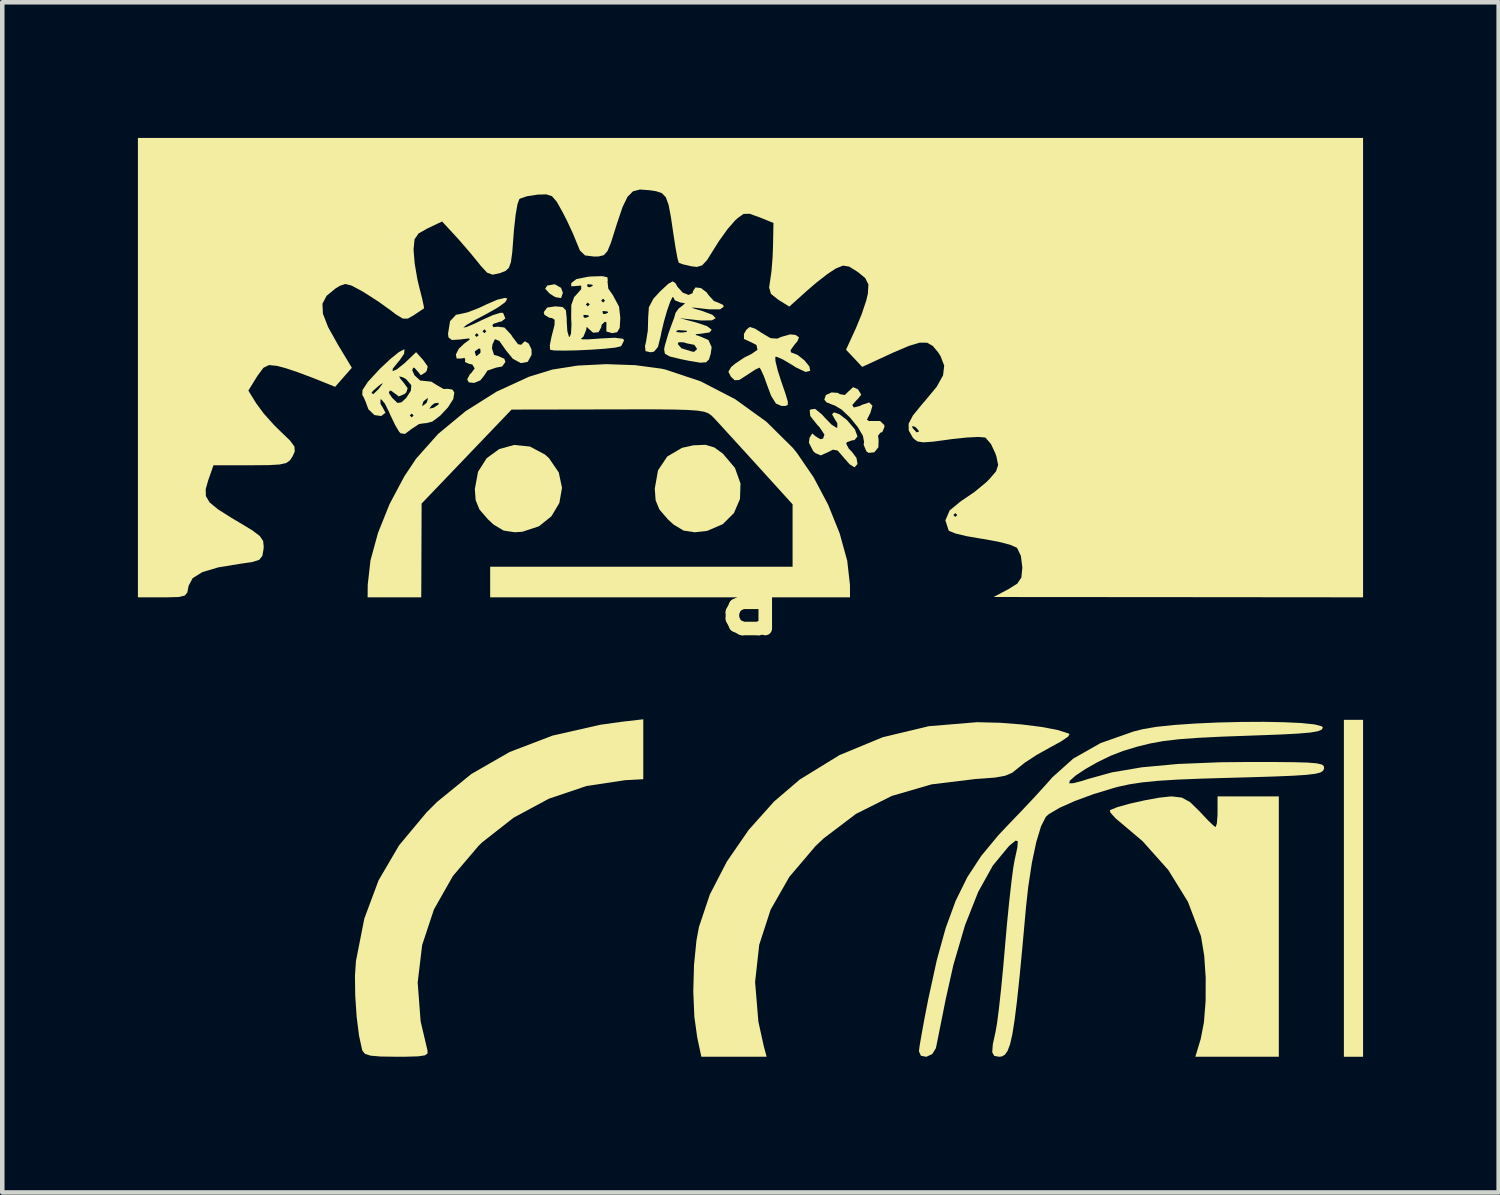
<source format=kicad_pcb>
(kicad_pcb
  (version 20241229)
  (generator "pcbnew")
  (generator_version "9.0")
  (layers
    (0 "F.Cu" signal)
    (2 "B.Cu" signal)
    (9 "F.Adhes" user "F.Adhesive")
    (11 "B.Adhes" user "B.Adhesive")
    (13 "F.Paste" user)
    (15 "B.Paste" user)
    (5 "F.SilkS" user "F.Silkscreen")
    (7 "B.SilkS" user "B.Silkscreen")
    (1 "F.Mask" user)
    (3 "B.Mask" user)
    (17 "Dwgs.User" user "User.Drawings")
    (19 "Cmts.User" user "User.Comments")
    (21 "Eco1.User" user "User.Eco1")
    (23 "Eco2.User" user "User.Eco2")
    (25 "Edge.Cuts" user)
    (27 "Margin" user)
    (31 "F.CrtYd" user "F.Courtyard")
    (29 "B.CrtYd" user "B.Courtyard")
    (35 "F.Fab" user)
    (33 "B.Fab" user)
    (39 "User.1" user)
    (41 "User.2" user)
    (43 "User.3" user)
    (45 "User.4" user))
  (footprint "a"
    (layer "F.Cu")
    (at 13.547 10.16)
    (property "Reference" "a" (at 0 0 0) (layer "F.SilkS") (effects (font (size 1.524 1.524) (thickness 0.3))))
    (attr board_only exclude_from_pos_files exclude_from_bom)
    (fp_poly (pts (xy 13.547 10.16) (xy 13.123 10.16) (xy 13.123 2.709) (xy 13.547 2.709)) (stroke (width 0) (type solid)) (fill yes) (layer "F.SilkS"))
    (fp_poly (pts (xy -4.189 -6.844) (xy -4.149 -6.734) (xy -4.189 -6.618) (xy -4.318 -6.639) (xy -4.442 -6.718) (xy -4.54 -6.824) (xy -4.496 -6.895) (xy -4.328 -6.924)) (stroke (width 0) (type solid)) (fill yes) (layer "F.SilkS"))
    (fp_poly (pts (xy -4.879 -3.335) (xy -4.548 -3.16) (xy -4.457 -3.079) (xy -4.24 -2.762) (xy -4.168 -2.421) (xy -4.227 -2.087) (xy -4.402 -1.793) (xy -4.678 -1.571) (xy -5.042 -1.451) (xy -5.211 -1.439) (xy -5.459 -1.476) (xy -5.681 -1.609) (xy -5.808 -1.727) (xy -5.995 -1.944) (xy -6.078 -2.149) (xy -6.096 -2.393) (xy -6.025 -2.777) (xy -5.834 -3.077) (xy -5.556 -3.279) (xy -5.227 -3.37)) (stroke (width 0) (type solid)) (fill yes) (layer "F.SilkS"))
    (fp_poly (pts (xy -0.799 -3.314) (xy -0.611 -3.178) (xy -0.344 -2.863) (xy -0.221 -2.518) (xy -0.232 -2.175) (xy -0.366 -1.864) (xy -0.611 -1.619) (xy -0.957 -1.47) (xy -1.232 -1.439) (xy -1.48 -1.476) (xy -1.701 -1.609) (xy -1.829 -1.727) (xy -2.014 -1.942) (xy -2.098 -2.145) (xy -2.117 -2.403) (xy -2.045 -2.808) (xy -1.841 -3.114) (xy -1.515 -3.306) (xy -1.263 -3.362) (xy -0.994 -3.373)) (stroke (width 0) (type solid)) (fill yes) (layer "F.SilkS"))
    (fp_poly (pts (xy 11.684 10.16) (xy 9.838 10.16) (xy 9.957 9.766) (xy 10.028 9.398) (xy 10.065 8.926) (xy 10.067 8.413) (xy 10.034 7.922) (xy 9.966 7.513) (xy 9.958 7.482) (xy 9.674 6.733) (xy 9.239 6.029) (xy 8.672 5.394) (xy 8.275 5.057) (xy 8.075 4.889) (xy 7.959 4.761) (xy 7.948 4.706) (xy 8.115 4.639) (xy 8.392 4.562) (xy 8.718 4.489) (xy 9.035 4.431) (xy 9.284 4.404) (xy 9.321 4.403) (xy 9.537 4.428) (xy 9.72 4.527) (xy 9.931 4.733) (xy 9.938 4.741) (xy 10.116 4.93) (xy 10.245 5.053) (xy 10.287 5.08) (xy 10.313 5.005) (xy 10.328 4.817) (xy 10.329 4.741) (xy 10.329 4.403) (xy 11.684 4.403)) (stroke (width 0) (type solid)) (fill yes) (layer "F.SilkS"))
    (fp_poly (pts (xy -2.371 3.359) (xy -2.371 4.022) (xy -2.773 4.044) (xy -3.625 4.172) (xy -4.458 4.453) (xy -5.237 4.872) (xy -5.928 5.413) (xy -6.006 5.487) (xy -6.581 6.163) (xy -7 6.901) (xy -7.261 7.689) (xy -7.36 8.518) (xy -7.295 9.378) (xy -7.145 10.012) (xy -7.14 10.084) (xy -7.197 10.128) (xy -7.346 10.151) (xy -7.619 10.159) (xy -7.82 10.16) (xy -8.178 10.155) (xy -8.401 10.136) (xy -8.524 10.097) (xy -8.58 10.029) (xy -8.588 10.01) (xy -8.657 9.694) (xy -8.71 9.273) (xy -8.741 8.81) (xy -8.747 8.37) (xy -8.725 8.043) (xy -8.54 7.104) (xy -8.225 6.259) (xy -7.771 5.484) (xy -7.163 4.755) (xy -6.931 4.524) (xy -6.174 3.907) (xy -5.326 3.42) (xy -4.379 3.058) (xy -3.322 2.818) (xy -2.857 2.753) (xy -2.371 2.697)) (stroke (width 0) (type solid)) (fill yes) (layer "F.SilkS"))
    (fp_poly (pts (xy 2.373 -4.601) (xy 2.386 -4.587) (xy 2.449 -4.482) (xy 2.37 -4.382) (xy 2.351 -4.367) (xy 2.251 -4.254) (xy 2.285 -4.198) (xy 2.422 -4.234) (xy 2.461 -4.256) (xy 2.625 -4.31) (xy 2.697 -4.238) (xy 2.649 -4.072) (xy 2.639 -4.056) (xy 2.576 -3.929) (xy 2.619 -3.898) (xy 2.642 -3.9) (xy 2.866 -3.899) (xy 2.959 -3.81) (xy 2.963 -3.768) (xy 2.915 -3.655) (xy 2.873 -3.641) (xy 2.821 -3.575) (xy 2.833 -3.483) (xy 2.829 -3.319) (xy 2.738 -3.207) (xy 2.612 -3.195) (xy 2.562 -3.23) (xy 2.502 -3.376) (xy 2.512 -3.435) (xy 2.487 -3.571) (xy 2.371 -3.767) (xy 2.201 -3.976) (xy 2.017 -4.151) (xy 1.857 -4.246) (xy 1.838 -4.25) (xy 1.682 -4.312) (xy 1.633 -4.371) (xy 1.667 -4.473) (xy 1.793 -4.532) (xy 1.934 -4.521) (xy 1.975 -4.493) (xy 2.086 -4.475) (xy 2.167 -4.554) (xy 2.271 -4.649)) (stroke (width 0) (type solid)) (fill yes) (layer "F.SilkS"))
    (fp_poly (pts (xy 5.517 2.774) (xy 5.997 2.811) (xy 6.435 2.866) (xy 6.793 2.934) (xy 7.029 3.01) (xy 7.056 3.025) (xy 7.024 3.08) (xy 6.871 3.185) (xy 6.632 3.316) (xy 6.334 3.482) (xy 6.066 3.657) (xy 5.922 3.772) (xy 5.79 3.878) (xy 5.634 3.945) (xy 5.407 3.986) (xy 5.064 4.012) (xy 4.981 4.017) (xy 4.005 4.136) (xy 3.125 4.392) (xy 2.333 4.789) (xy 1.619 5.33) (xy 1.436 5.503) (xy 0.859 6.182) (xy 0.445 6.908) (xy 0.193 7.684) (xy 0.102 8.508) (xy 0.174 9.381) (xy 0.294 9.927) (xy 0.357 10.16) (xy -1.087 10.16) (xy -1.178 9.732) (xy -1.242 9.271) (xy -1.265 8.714) (xy -1.249 8.13) (xy -1.195 7.589) (xy -1.14 7.291) (xy -0.899 6.572) (xy -0.523 5.844) (xy -0.041 5.145) (xy 0.521 4.516) (xy 1.089 4.03) (xy 1.968 3.489) (xy 2.924 3.094) (xy 3.941 2.85) (xy 5.003 2.762) (xy 5.038 2.762)) (stroke (width 0) (type solid)) (fill yes) (layer "F.SilkS"))
    (fp_poly (pts (xy 1.583 -4.041) (xy 1.643 -3.974) (xy 1.793 -3.819) (xy 1.9 -3.751) (xy 1.921 -3.755) (xy 1.919 -3.853) (xy 1.875 -3.922) (xy 1.804 -4.048) (xy 1.845 -4.091) (xy 1.965 -4.05) (xy 2.129 -3.925) (xy 2.132 -3.922) (xy 2.308 -3.716) (xy 2.366 -3.56) (xy 2.3 -3.478) (xy 2.244 -3.471) (xy 2.131 -3.431) (xy 2.117 -3.397) (xy 2.175 -3.287) (xy 2.244 -3.217) (xy 2.344 -3.083) (xy 2.367 -2.948) (xy 2.305 -2.879) (xy 2.293 -2.879) (xy 2.194 -2.941) (xy 2.061 -3.091) (xy 2.054 -3.1) (xy 1.929 -3.246) (xy 1.824 -3.266) (xy 1.71 -3.208) (xy 1.554 -3.139) (xy 1.432 -3.191) (xy 1.387 -3.234) (xy 1.292 -3.419) (xy 1.305 -3.526) (xy 1.366 -3.624) (xy 1.433 -3.566) (xy 1.434 -3.564) (xy 1.547 -3.496) (xy 1.606 -3.512) (xy 1.635 -3.599) (xy 1.53 -3.758) (xy 1.472 -3.82) (xy 1.322 -4.011) (xy 1.31 -4.134) (xy 1.326 -4.154) (xy 1.429 -4.168)) (stroke (width 0) (type solid)) (fill yes) (layer "F.SilkS"))
    (fp_poly (pts (xy -2.546 -5.134) (xy -1.972 -5.057) (xy -1.884 -5.038) (xy -1.102 -4.777) (xy -0.341 -4.383) (xy 0.354 -3.882) (xy 0.938 -3.303) (xy 1.021 -3.201) (xy 1.395 -2.656) (xy 1.718 -2.046) (xy 1.972 -1.415) (xy 2.139 -0.811) (xy 2.2 -0.276) (xy 2.2 -0.275) (xy 2.201 0) (xy -5.757 0) (xy -5.757 -0.677) (xy 0.931 -0.677) (xy 0.931 -2.057) (xy 0.154 -2.913) (xy -0.149 -3.246) (xy -0.426 -3.549) (xy -0.649 -3.794) (xy -0.791 -3.948) (xy -0.806 -3.964) (xy -0.866 -4.024) (xy -0.932 -4.07) (xy -1.028 -4.105) (xy -1.173 -4.129) (xy -1.388 -4.144) (xy -1.695 -4.153) (xy -2.114 -4.157) (xy -2.668 -4.157) (xy -3.137 -4.156) (xy -5.284 -4.152) (xy -6.278 -3.113) (xy -7.273 -2.074) (xy -7.281 0) (xy -8.467 0) (xy -8.465 -0.275) (xy -8.404 -0.816) (xy -8.237 -1.426) (xy -7.982 -2.062) (xy -7.655 -2.676) (xy -7.394 -3.068) (xy -6.908 -3.614) (xy -6.299 -4.118) (xy -5.614 -4.55) (xy -4.897 -4.879) (xy -4.382 -5.037) (xy -3.828 -5.125) (xy -3.19 -5.157)) (stroke (width 0) (type solid)) (fill yes) (layer "F.SilkS"))
    (fp_poly (pts (xy 0.102 -5.942) (xy 0.243 -5.85) (xy 0.442 -5.732) (xy 0.59 -5.721) (xy 0.682 -5.76) (xy 0.875 -5.815) (xy 0.992 -5.804) (xy 1.073 -5.751) (xy 1.038 -5.664) (xy 0.972 -5.586) (xy 0.886 -5.465) (xy 0.897 -5.417) (xy 1.039 -5.363) (xy 1.192 -5.242) (xy 1.303 -5.106) (xy 1.32 -5.008) (xy 1.217 -4.985) (xy 1.007 -5.084) (xy 0.926 -5.136) (xy 0.721 -5.258) (xy 0.581 -5.319) (xy 0.548 -5.318) (xy 0.552 -5.223) (xy 0.603 -5.017) (xy 0.677 -4.784) (xy 0.777 -4.493) (xy 0.826 -4.327) (xy 0.824 -4.253) (xy 0.772 -4.233) (xy 0.684 -4.233) (xy 0.563 -4.285) (xy 0.456 -4.457) (xy 0.381 -4.657) (xy 0.295 -4.894) (xy 0.224 -5.047) (xy 0.197 -5.08) (xy 0.105 -5.036) (xy -0.061 -4.927) (xy -0.083 -4.912) (xy -0.251 -4.806) (xy -0.35 -4.802) (xy -0.431 -4.877) (xy -0.489 -4.988) (xy -0.428 -5.093) (xy -0.334 -5.171) (xy -0.136 -5.304) (xy 0.021 -5.381) (xy 0.154 -5.474) (xy 0.132 -5.581) (xy 0 -5.648) (xy -0.144 -5.713) (xy -0.145 -5.824) (xy -0.092 -5.917) (xy -0.018 -5.979)) (stroke (width 0) (type solid)) (fill yes) (layer "F.SilkS"))
    (fp_poly (pts (xy -1.66 -6.947) (xy -1.614 -6.867) (xy -1.5 -6.74) (xy -1.37 -6.688) (xy -1.281 -6.726) (xy -1.27 -6.773) (xy -1.216 -6.854) (xy -1.095 -6.839) (xy -0.969 -6.744) (xy -0.931 -6.689) (xy -0.81 -6.554) (xy -0.717 -6.519) (xy -0.606 -6.467) (xy -0.593 -6.425) (xy -0.672 -6.369) (xy -0.911 -6.369) (xy -0.995 -6.378) (xy -1.229 -6.405) (xy -1.305 -6.407) (xy -1.23 -6.38) (xy -1.079 -6.337) (xy -0.843 -6.249) (xy -0.769 -6.174) (xy -0.853 -6.126) (xy -1.087 -6.122) (xy -1.164 -6.129) (xy -1.566 -6.173) (xy -1.206 -6.08) (xy -0.961 -5.997) (xy -0.858 -5.918) (xy -0.905 -5.859) (xy -1.079 -5.832) (xy -1.217 -5.819) (xy -1.194 -5.795) (xy -1.143 -5.782) (xy -0.929 -5.69) (xy -0.859 -5.533) (xy -0.88 -5.383) (xy -0.918 -5.261) (xy -0.982 -5.198) (xy -1.11 -5.189) (xy -1.341 -5.227) (xy -1.545 -5.268) (xy -1.784 -5.326) (xy -1.893 -5.387) (xy -1.91 -5.487) (xy -1.892 -5.576) (xy -1.884 -5.603) (xy -1.609 -5.603) (xy -1.528 -5.508) (xy -1.298 -5.437) (xy -1.249 -5.428) (xy -1.187 -5.483) (xy -1.185 -5.503) (xy -1.245 -5.586) (xy -1.263 -5.588) (xy -1.405 -5.616) (xy -1.475 -5.639) (xy -1.588 -5.642) (xy -1.609 -5.603) (xy -1.884 -5.603) (xy -1.814 -5.839) (xy -1.804 -5.867) (xy -1.64 -5.867) (xy -1.524 -5.855) (xy -1.404 -5.869) (xy -1.418 -5.898) (xy -1.592 -5.909) (xy -1.63 -5.898) (xy -1.64 -5.867) (xy -1.804 -5.867) (xy -1.752 -6.011) (xy -1.684 -6.193) (xy -1.658 -6.29) (xy -1.589 -6.387) (xy -1.524 -6.436) (xy -1.446 -6.501) (xy -1.527 -6.518) (xy -1.545 -6.518) (xy -1.674 -6.569) (xy -1.699 -6.625) (xy -1.723 -6.643) (xy -1.776 -6.536) (xy -1.843 -6.345) (xy -1.912 -6.107) (xy -1.97 -5.863) (xy -1.987 -5.774) (xy -2.046 -5.538) (xy -2.133 -5.434) (xy -2.21 -5.419) (xy -2.321 -5.445) (xy -2.333 -5.555) (xy -2.31 -5.652) (xy -2.27 -5.903) (xy -2.263 -6.185) (xy -2.263 -6.188) (xy -2.247 -6.415) (xy -2.146 -6.606) (xy -1.995 -6.769) (xy -1.82 -6.932) (xy -1.722 -6.988)) (stroke (width 0) (type solid)) (fill yes) (layer "F.SilkS"))
    (fp_poly (pts (xy -5.378 -6.606) (xy -5.421 -6.531) (xy -5.584 -6.411) (xy -5.831 -6.271) (xy -5.839 -6.267) (xy -6.095 -6.132) (xy -6.279 -6.024) (xy -6.35 -5.967) (xy -6.35 -5.966) (xy -6.282 -5.977) (xy -6.108 -6.05) (xy -5.937 -6.133) (xy -5.7 -6.24) (xy -5.528 -6.293) (xy -5.471 -6.29) (xy -5.421 -6.168) (xy -5.51 -6.098) (xy -5.541 -6.096) (xy -5.681 -6.05) (xy -5.71 -6.019) (xy -5.684 -5.975) (xy -5.592 -5.986) (xy -5.442 -5.967) (xy -5.295 -5.81) (xy -5.263 -5.759) (xy -5.14 -5.597) (xy -5.066 -5.585) (xy -5.058 -5.602) (xy -4.988 -5.664) (xy -4.903 -5.61) (xy -4.843 -5.484) (xy -4.84 -5.364) (xy -4.927 -5.207) (xy -5.078 -5.18) (xy -5.255 -5.275) (xy -5.411 -5.467) (xy -5.554 -5.67) (xy -5.652 -5.71) (xy -5.707 -5.59) (xy -5.717 -5.502) (xy -5.671 -5.361) (xy -5.574 -5.334) (xy -5.445 -5.277) (xy -5.419 -5.207) (xy -5.492 -5.105) (xy -5.625 -5.08) (xy -5.818 -5.015) (xy -5.884 -4.911) (xy -5.973 -4.799) (xy -6.111 -4.742) (xy -6.229 -4.754) (xy -6.265 -4.821) (xy -6.204 -4.936) (xy -6.181 -4.953) (xy -6.099 -5.062) (xy -6.153 -5.15) (xy -6.228 -5.165) (xy -6.316 -5.205) (xy -6.308 -5.248) (xy -6.322 -5.296) (xy -6.388 -5.282) (xy -6.498 -5.281) (xy -6.516 -5.369) (xy -6.491 -5.419) (xy -6.096 -5.419) (xy -6.067 -5.336) (xy -6.059 -5.334) (xy -5.986 -5.393) (xy -5.969 -5.419) (xy -5.976 -5.497) (xy -6.006 -5.503) (xy -6.093 -5.442) (xy -6.096 -5.419) (xy -6.491 -5.419) (xy -6.449 -5.5) (xy -6.329 -5.613) (xy -6.209 -5.7) (xy -6.223 -5.726) (xy -6.387 -5.707) (xy -6.413 -5.703) (xy -6.604 -5.691) (xy -6.679 -5.749) (xy -6.685 -5.8) (xy -6.096 -5.8) (xy -6.054 -5.757) (xy -6.011 -5.8) (xy -6.054 -5.842) (xy -6.096 -5.8) (xy -6.685 -5.8) (xy -6.689 -5.83) (xy -6.68 -5.884) (xy -5.927 -5.884) (xy -5.884 -5.842) (xy -5.842 -5.884) (xy -5.884 -5.927) (xy -5.927 -5.884) (xy -6.68 -5.884) (xy -6.644 -6.107) (xy -6.513 -6.248) (xy -6.423 -6.265) (xy -6.258 -6.302) (xy -6.011 -6.397) (xy -5.844 -6.476) (xy -5.598 -6.583) (xy -5.428 -6.622)) (stroke (width 0) (type solid)) (fill yes) (layer "F.SilkS"))
    (fp_poly (pts (xy -3.165 -7.078) (xy -3.155 -7.008) (xy -3.162 -6.988) (xy -3.145 -6.829) (xy -3.046 -6.687) (xy -2.907 -6.429) (xy -2.879 -6.181) (xy -2.892 -5.96) (xy -2.949 -5.863) (xy -3.057 -5.842) (xy -3.187 -5.879) (xy -3.187 -5.969) (xy -3.185 -6.078) (xy -3.22 -6.096) (xy -3.293 -6.027) (xy -3.302 -5.969) (xy -3.36 -5.863) (xy -3.481 -5.852) (xy -3.582 -5.942) (xy -3.585 -5.948) (xy -3.622 -5.982) (xy -3.634 -5.913) (xy -3.696 -5.763) (xy -3.747 -5.723) (xy -3.727 -5.706) (xy -3.572 -5.706) (xy -3.323 -5.724) (xy -3.001 -5.741) (xy -2.825 -5.719) (xy -2.794 -5.686) (xy -2.856 -5.562) (xy -2.872 -5.55) (xy -2.989 -5.523) (xy -3.22 -5.498) (xy -3.519 -5.477) (xy -3.838 -5.462) (xy -4.128 -5.456) (xy -4.343 -5.46) (xy -4.432 -5.476) (xy -4.438 -5.576) (xy -4.4 -5.766) (xy -4.395 -5.784) (xy -4.334 -6.022) (xy -4.331 -6.139) (xy -4.393 -6.178) (xy -4.445 -6.181) (xy -4.557 -6.248) (xy -4.572 -6.308) (xy -4.496 -6.408) (xy -4.318 -6.435) (xy -4.155 -6.421) (xy -4.083 -6.349) (xy -4.064 -6.169) (xy -4.064 -6.096) (xy -4.05 -5.884) (xy -4.015 -5.766) (xy -4 -5.757) (xy -3.969 -5.833) (xy -3.959 -6.026) (xy -3.965 -6.164) (xy -3.965 -6.237) (xy -3.697 -6.237) (xy -3.685 -6.187) (xy -3.641 -6.181) (xy -3.571 -6.212) (xy -3.584 -6.237) (xy -3.685 -6.247) (xy -3.697 -6.237) (xy -3.965 -6.237) (xy -3.964 -6.322) (xy -3.274 -6.322) (xy -3.262 -6.271) (xy -3.217 -6.265) (xy -3.148 -6.296) (xy -3.161 -6.322) (xy -3.261 -6.332) (xy -3.274 -6.322) (xy -3.964 -6.322) (xy -3.963 -6.463) (xy -3.958 -6.477) (xy -3.641 -6.477) (xy -3.598 -6.435) (xy -3.556 -6.477) (xy -3.598 -6.519) (xy -3.641 -6.477) (xy -3.958 -6.477) (xy -3.928 -6.562) (xy -3.302 -6.562) (xy -3.26 -6.519) (xy -3.217 -6.562) (xy -3.26 -6.604) (xy -3.302 -6.562) (xy -3.928 -6.562) (xy -3.9 -6.64) (xy -3.859 -6.683) (xy -3.744 -6.814) (xy -3.744 -6.894) (xy -3.859 -6.886) (xy -3.864 -6.884) (xy -3.965 -6.879) (xy -3.964 -6.914) (xy -3.612 -6.914) (xy -3.601 -6.864) (xy -3.556 -6.858) (xy -3.486 -6.889) (xy -3.5 -6.914) (xy -3.6 -6.925) (xy -3.612 -6.914) (xy -3.964 -6.914) (xy -3.963 -6.95) (xy -3.851 -7.037) (xy -3.597 -7.089) (xy -3.517 -7.096) (xy -3.274 -7.103)) (stroke (width 0) (type solid)) (fill yes) (layer "F.SilkS"))
    (fp_poly (pts (xy -7.651 -5.478) (xy -7.662 -5.384) (xy -7.767 -5.231) (xy -7.79 -5.207) (xy -7.911 -5.056) (xy -7.914 -5.001) (xy -7.82 -5.042) (xy -7.651 -5.178) (xy -7.618 -5.209) (xy -7.395 -5.422) (xy -7.239 -5.249) (xy -7.138 -5.106) (xy -7.162 -5.004) (xy -7.192 -4.972) (xy -7.292 -4.911) (xy -7.341 -4.974) (xy -7.427 -5.072) (xy -7.458 -5.08) (xy -7.481 -5.021) (xy -7.43 -4.91) (xy -7.305 -4.795) (xy -7.206 -4.785) (xy -7.057 -4.769) (xy -6.936 -4.693) (xy -6.786 -4.607) (xy -6.693 -4.611) (xy -6.593 -4.595) (xy -6.55 -4.529) (xy -6.572 -4.387) (xy -6.69 -4.201) (xy -6.86 -4.019) (xy -7.037 -3.886) (xy -7.178 -3.85) (xy -7.186 -3.853) (xy -7.329 -3.833) (xy -7.493 -3.725) (xy -7.641 -3.614) (xy -7.737 -3.628) (xy -7.768 -3.659) (xy -7.855 -3.804) (xy -7.96 -4.022) (xy -7.535 -4.022) (xy -7.493 -3.979) (xy -7.451 -4.022) (xy -7.493 -4.064) (xy -7.535 -4.022) (xy -7.96 -4.022) (xy -7.964 -4.029) (xy -7.993 -4.098) (xy -8.03 -4.173) (xy -7.103 -4.173) (xy -7.019 -4.19) (xy -7.003 -4.196) (xy -6.899 -4.264) (xy -6.898 -4.302) (xy -6.988 -4.292) (xy -7.05 -4.244) (xy -7.103 -4.173) (xy -8.03 -4.173) (xy -8.063 -4.239) (xy -7.261 -4.239) (xy -7.249 -4.233) (xy -7.172 -4.293) (xy -7.154 -4.318) (xy -7.133 -4.397) (xy -7.144 -4.403) (xy -7.222 -4.343) (xy -7.239 -4.318) (xy -7.261 -4.239) (xy -8.063 -4.239) (xy -8.088 -4.288) (xy -8.164 -4.377) (xy -8.184 -4.375) (xy -8.182 -4.277) (xy -8.131 -4.194) (xy -8.072 -4.082) (xy -8.162 -4.013) (xy -8.171 -4.01) (xy -8.317 -4.031) (xy -8.45 -4.159) (xy -8.508 -4.318) (xy -8.551 -4.418) (xy -8.585 -4.476) (xy -8.583 -4.519) (xy -8.382 -4.519) (xy -8.341 -4.494) (xy -8.313 -4.521) (xy -7.998 -4.521) (xy -7.923 -4.41) (xy -7.807 -4.299) (xy -7.719 -4.312) (xy -7.615 -4.408) (xy -7.511 -4.569) (xy -7.501 -4.691) (xy -7.617 -4.827) (xy -7.685 -4.865) (xy -7.77 -4.888) (xy -7.739 -4.828) (xy -7.677 -4.757) (xy -7.582 -4.625) (xy -7.611 -4.534) (xy -7.653 -4.495) (xy -7.78 -4.443) (xy -7.829 -4.483) (xy -7.947 -4.568) (xy -7.977 -4.572) (xy -7.998 -4.521) (xy -8.313 -4.521) (xy -8.228 -4.603) (xy -8.202 -4.636) (xy -8.129 -4.736) (xy -8.172 -4.715) (xy -8.234 -4.667) (xy -8.351 -4.563) (xy -8.382 -4.519) (xy -8.583 -4.519) (xy -8.58 -4.585) (xy -8.461 -4.766) (xy -8.216 -5.032) (xy -8.184 -5.064) (xy -7.956 -5.278) (xy -7.772 -5.426) (xy -7.663 -5.482)) (stroke (width 0) (type solid)) (fill yes) (layer "F.SilkS"))
    (fp_poly (pts (xy 11.8 2.762) (xy 12.185 2.78) (xy 12.472 2.81) (xy 12.633 2.851) (xy 12.658 2.879) (xy 12.634 2.925) (xy 12.549 2.961) (xy 12.381 2.99) (xy 12.11 3.013) (xy 11.714 3.034) (xy 11.173 3.054) (xy 11.091 3.057) (xy 10.426 3.081) (xy 9.898 3.107) (xy 9.479 3.138) (xy 9.136 3.178) (xy 8.838 3.232) (xy 8.556 3.301) (xy 8.258 3.392) (xy 8.24 3.397) (xy 7.969 3.502) (xy 7.68 3.642) (xy 7.409 3.796) (xy 7.191 3.941) (xy 7.062 4.056) (xy 7.049 4.113) (xy 7.143 4.11) (xy 7.34 4.058) (xy 7.455 4.02) (xy 7.993 3.871) (xy 8.654 3.759) (xy 9.452 3.685) (xy 10.396 3.647) (xy 11.034 3.641) (xy 11.607 3.642) (xy 12.033 3.646) (xy 12.332 3.655) (xy 12.525 3.672) (xy 12.634 3.697) (xy 12.68 3.733) (xy 12.685 3.782) (xy 12.684 3.789) (xy 12.662 3.836) (xy 12.603 3.874) (xy 12.486 3.903) (xy 12.292 3.926) (xy 12 3.945) (xy 11.591 3.962) (xy 11.044 3.979) (xy 10.667 3.989) (xy 9.982 4.009) (xy 9.438 4.031) (xy 9.009 4.058) (xy 8.666 4.092) (xy 8.382 4.135) (xy 8.129 4.19) (xy 8.036 4.215) (xy 7.585 4.352) (xy 7.17 4.505) (xy 6.828 4.658) (xy 6.596 4.796) (xy 6.532 4.854) (xy 6.425 5.064) (xy 6.32 5.413) (xy 6.223 5.87) (xy 6.142 6.406) (xy 6.093 6.852) (xy 6.017 7.691) (xy 5.952 8.376) (xy 5.894 8.923) (xy 5.841 9.347) (xy 5.791 9.663) (xy 5.74 9.886) (xy 5.685 10.032) (xy 5.625 10.116) (xy 5.556 10.154) (xy 5.499 10.16) (xy 5.391 10.141) (xy 5.346 10.061) (xy 5.359 9.885) (xy 5.419 9.61) (xy 5.453 9.416) (xy 5.495 9.088) (xy 5.542 8.66) (xy 5.59 8.168) (xy 5.628 7.727) (xy 5.674 7.205) (xy 5.723 6.716) (xy 5.77 6.297) (xy 5.811 5.981) (xy 5.839 5.822) (xy 5.901 5.536) (xy 5.912 5.395) (xy 5.865 5.379) (xy 5.751 5.47) (xy 5.708 5.51) (xy 5.359 5.933) (xy 5.036 6.515) (xy 4.745 7.249) (xy 4.488 8.126) (xy 4.317 8.89) (xy 4.24 9.277) (xy 4.171 9.619) (xy 4.121 9.87) (xy 4.1 9.97) (xy 4.02 10.101) (xy 3.888 10.161) (xy 3.769 10.138) (xy 3.725 10.04) (xy 3.741 9.914) (xy 3.785 9.659) (xy 3.849 9.31) (xy 3.928 8.905) (xy 3.934 8.876) (xy 4.12 8.024) (xy 4.317 7.312) (xy 4.538 6.71) (xy 4.796 6.187) (xy 5.105 5.716) (xy 5.478 5.265) (xy 5.67 5.061) (xy 5.982 4.736) (xy 6.296 4.402) (xy 6.562 4.11) (xy 6.671 3.985) (xy 7.138 3.566) (xy 7.743 3.223) (xy 8.471 2.967) (xy 8.678 2.915) (xy 8.976 2.864) (xy 9.369 2.823) (xy 9.831 2.791) (xy 10.332 2.768) (xy 10.846 2.756) (xy 11.344 2.753)) (stroke (width 0) (type solid)) (fill yes) (layer "F.SilkS"))
    (fp_poly (pts (xy 13.547 0) (xy 9.461 -0.004) (xy 5.376 -0.007) (xy 5.694 -0.175) (xy 5.899 -0.302) (xy 5.99 -0.437) (xy 6.011 -0.649) (xy 6.011 -0.669) (xy 5.979 -0.919) (xy 5.897 -1.089) (xy 5.885 -1.1) (xy 5.743 -1.162) (xy 5.485 -1.229) (xy 5.161 -1.289) (xy 5.102 -1.297) (xy 4.783 -1.352) (xy 4.532 -1.412) (xy 4.393 -1.468) (xy 4.383 -1.478) (xy 4.31 -1.702) (xy 4.361 -1.82) (xy 4.487 -1.82) (xy 4.53 -1.778) (xy 4.572 -1.82) (xy 4.53 -1.863) (xy 4.487 -1.82) (xy 4.361 -1.82) (xy 4.404 -1.922) (xy 4.662 -2.134) (xy 4.678 -2.143) (xy 4.955 -2.331) (xy 5.213 -2.545) (xy 5.279 -2.61) (xy 5.43 -2.785) (xy 5.477 -2.925) (xy 5.44 -3.109) (xy 5.419 -3.174) (xy 5.32 -3.388) (xy 5.205 -3.523) (xy 5.183 -3.535) (xy 5.04 -3.547) (xy 4.78 -3.534) (xy 4.453 -3.499) (xy 4.374 -3.488) (xy 4.034 -3.442) (xy 3.821 -3.428) (xy 3.694 -3.447) (xy 3.615 -3.504) (xy 3.588 -3.536) (xy 3.5 -3.69) (xy 3.498 -3.786) (xy 3.57 -3.786) (xy 3.59 -3.738) (xy 3.675 -3.648) (xy 3.725 -3.666) (xy 3.725 -3.678) (xy 3.665 -3.75) (xy 3.628 -3.776) (xy 3.57 -3.786) (xy 3.498 -3.786) (xy 3.497 -3.84) (xy 3.593 -4.023) (xy 3.799 -4.276) (xy 3.853 -4.337) (xy 4.119 -4.658) (xy 4.259 -4.91) (xy 4.284 -5.125) (xy 4.202 -5.337) (xy 4.147 -5.422) (xy 4.031 -5.56) (xy 3.906 -5.631) (xy 3.741 -5.632) (xy 3.502 -5.56) (xy 3.157 -5.413) (xy 2.992 -5.337) (xy 2.47 -5.096) (xy 2.292 -5.286) (xy 2.113 -5.476) (xy 2.331 -5.952) (xy 2.459 -6.262) (xy 2.558 -6.557) (xy 2.596 -6.716) (xy 2.608 -6.921) (xy 2.535 -7.063) (xy 2.373 -7.195) (xy 2.182 -7.315) (xy 2.045 -7.336) (xy 1.885 -7.271) (xy 1.884 -7.271) (xy 1.704 -7.151) (xy 1.46 -6.962) (xy 1.262 -6.792) (xy 0.859 -6.43) (xy 0.617 -6.58) (xy 0.453 -6.71) (xy 0.412 -6.855) (xy 0.432 -6.985) (xy 0.464 -7.21) (xy 0.489 -7.524) (xy 0.498 -7.759) (xy 0.508 -8.279) (xy 0.191 -8.408) (xy -0.021 -8.483) (xy -0.154 -8.479) (xy -0.286 -8.385) (xy -0.341 -8.334) (xy -0.506 -8.145) (xy -0.697 -7.879) (xy -0.807 -7.704) (xy -0.957 -7.463) (xy -1.07 -7.341) (xy -1.187 -7.307) (xy -1.306 -7.321) (xy -1.493 -7.364) (xy -1.586 -7.4) (xy -1.614 -7.494) (xy -1.654 -7.71) (xy -1.699 -8) (xy -1.7 -8.004) (xy -1.76 -8.412) (xy -1.812 -8.684) (xy -1.873 -8.849) (xy -1.959 -8.938) (xy -2.085 -8.981) (xy -2.229 -9.003) (xy -2.442 -9.019) (xy -2.598 -8.979) (xy -2.719 -8.858) (xy -2.83 -8.63) (xy -2.951 -8.271) (xy -2.989 -8.15) (xy -3.087 -7.839) (xy -3.163 -7.656) (xy -3.244 -7.567) (xy -3.354 -7.539) (xy -3.455 -7.536) (xy -3.659 -7.561) (xy -3.772 -7.671) (xy -3.829 -7.808) (xy -3.925 -8.042) (xy -4.063 -8.339) (xy -4.149 -8.506) (xy -4.283 -8.747) (xy -4.39 -8.871) (xy -4.516 -8.912) (xy -4.706 -8.906) (xy -4.938 -8.871) (xy -5.095 -8.818) (xy -5.114 -8.804) (xy -5.154 -8.691) (xy -5.195 -8.451) (xy -5.23 -8.131) (xy -5.241 -7.991) (xy -5.268 -7.636) (xy -5.298 -7.413) (xy -5.344 -7.286) (xy -5.419 -7.217) (xy -5.535 -7.172) (xy -5.702 -7.135) (xy -5.826 -7.181) (xy -5.97 -7.338) (xy -6 -7.377) (xy -6.197 -7.618) (xy -6.432 -7.89) (xy -6.52 -7.987) (xy -6.82 -8.312) (xy -7.136 -8.162) (xy -7.339 -8.048) (xy -7.429 -7.92) (xy -7.45 -7.706) (xy -7.45 -7.668) (xy -7.426 -7.381) (xy -7.367 -7.036) (xy -7.326 -6.862) (xy -7.262 -6.61) (xy -7.225 -6.438) (xy -7.221 -6.389) (xy -7.296 -6.34) (xy -7.443 -6.241) (xy -7.578 -6.164) (xy -7.69 -6.165) (xy -7.841 -6.257) (xy -7.951 -6.341) (xy -8.229 -6.541) (xy -8.537 -6.739) (xy -8.604 -6.778) (xy -8.821 -6.894) (xy -8.958 -6.93) (xy -9.08 -6.89) (xy -9.18 -6.828) (xy -9.374 -6.669) (xy -9.466 -6.494) (xy -9.456 -6.273) (xy -9.342 -5.979) (xy -9.122 -5.584) (xy -9.11 -5.565) (xy -8.816 -5.077) (xy -9.001 -4.866) (xy -9.186 -4.655) (xy -9.694 -4.859) (xy -10.009 -4.977) (xy -10.301 -5.074) (xy -10.468 -5.118) (xy -10.648 -5.137) (xy -10.772 -5.076) (xy -10.902 -4.9) (xy -10.919 -4.873) (xy -11.105 -4.572) (xy -10.928 -4.286) (xy -10.763 -4.063) (xy -10.531 -3.805) (xy -10.384 -3.661) (xy -10.181 -3.465) (xy -10.086 -3.335) (xy -10.078 -3.228) (xy -10.124 -3.122) (xy -10.184 -3.029) (xy -10.268 -2.97) (xy -10.411 -2.938) (xy -10.649 -2.924) (xy -11.018 -2.921) (xy -11.054 -2.921) (xy -11.876 -2.921) (xy -11.992 -2.589) (xy -12.048 -2.393) (xy -12.044 -2.239) (xy -11.961 -2.099) (xy -11.777 -1.947) (xy -11.472 -1.754) (xy -11.298 -1.651) (xy -11.015 -1.48) (xy -10.852 -1.356) (xy -10.778 -1.247) (xy -10.765 -1.121) (xy -10.769 -1.066) (xy -10.795 -0.915) (xy -10.865 -0.829) (xy -11.021 -0.78) (xy -11.261 -0.746) (xy -11.768 -0.663) (xy -12.122 -0.558) (xy -12.337 -0.423) (xy -12.427 -0.253) (xy -12.43 -0.233) (xy -12.454 -0.107) (xy -12.513 -0.038) (xy -12.65 -0.007) (xy -12.904 -0.000136) (xy -13.002 0) (xy -13.547 0) (xy -13.547 -10.16) (xy 13.547 -10.16)) (stroke (width 0) (type solid)) (fill yes) (layer "F.SilkS")))
  (gr_rect
    (start -3 -3)
    (end 30.093 23.321)
    (stroke (width 0.1) (type default))
    (fill no)
    (layer "Edge.Cuts")))
</source>
